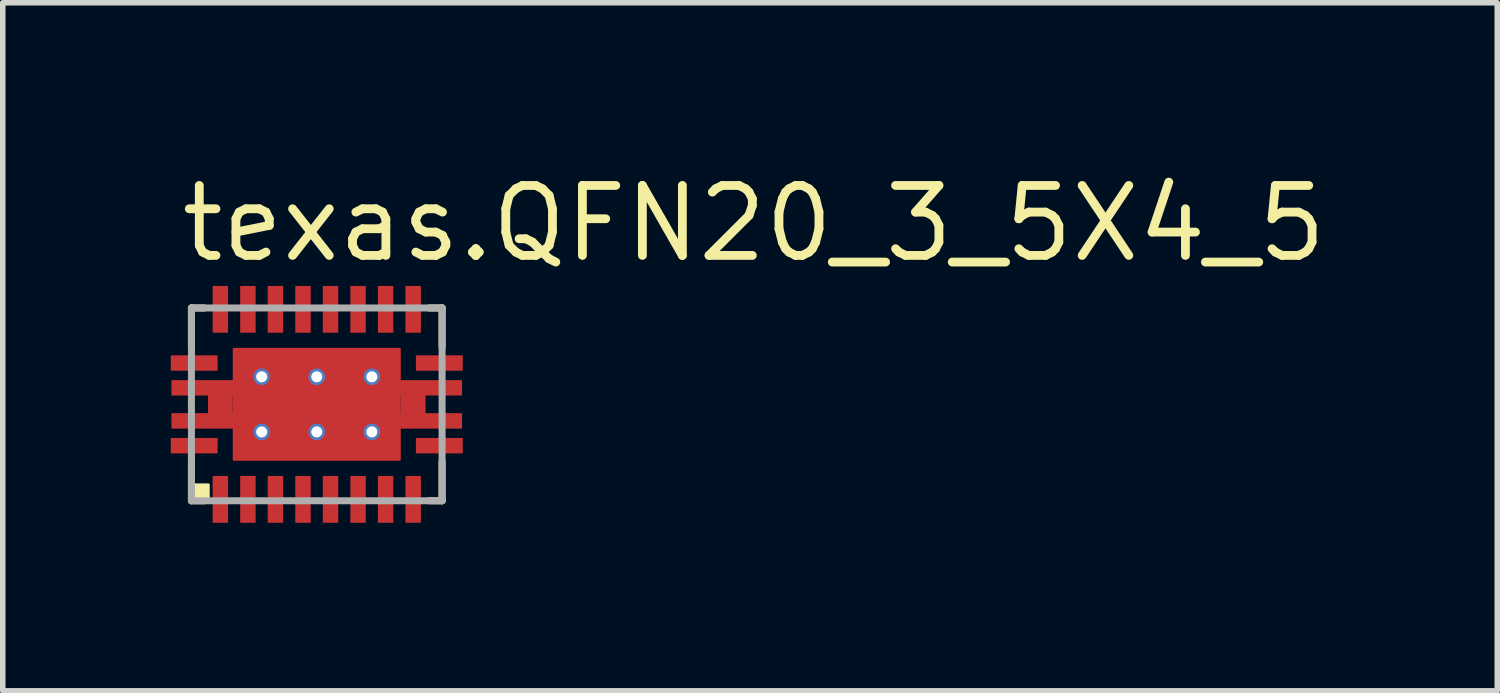
<source format=kicad_pcb>
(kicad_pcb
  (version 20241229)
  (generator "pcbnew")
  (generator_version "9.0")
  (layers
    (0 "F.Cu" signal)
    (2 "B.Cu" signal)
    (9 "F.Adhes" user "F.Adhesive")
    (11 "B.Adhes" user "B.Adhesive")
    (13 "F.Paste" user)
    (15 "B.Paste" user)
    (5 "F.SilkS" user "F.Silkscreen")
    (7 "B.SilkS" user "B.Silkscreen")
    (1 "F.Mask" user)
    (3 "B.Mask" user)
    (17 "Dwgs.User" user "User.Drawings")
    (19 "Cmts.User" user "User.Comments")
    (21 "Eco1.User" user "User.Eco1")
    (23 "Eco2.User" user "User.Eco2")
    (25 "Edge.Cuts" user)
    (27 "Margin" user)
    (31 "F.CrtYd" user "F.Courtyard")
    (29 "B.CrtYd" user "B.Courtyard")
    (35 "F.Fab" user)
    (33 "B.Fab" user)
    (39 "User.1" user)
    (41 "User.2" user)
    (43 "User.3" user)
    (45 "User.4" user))
  (footprint "texas.QFN20_3_5X4_5"
    (layer "F.Cu")
    (at 2.7 4.29)
    (property "Reference" "texas.QFN20_3_5X4_5" (at -2.54 -2.54 0) (layer "F.SilkS") (effects (font (size 1.27 1.27) (thickness 0.16)) (justify left bottom)))
    (attr smd)
    (fp_rect (start -2.675 -0.588) (end -1.95 -0.912) (stroke (width 0.05) (type default)) (fill yes) (layer "F.Mask"))
    (fp_rect (start -2.675 0.912) (end -1.95 0.588) (stroke (width 0.05) (type default)) (fill yes) (layer "F.Mask"))
    (fp_rect (start -2.663 -0.138) (end -1.688 -0.463) (stroke (width 0.05) (type default)) (fill yes) (layer "F.Mask"))
    (fp_rect (start -2.663 0.463) (end -1.688 0.138) (stroke (width 0.05) (type default)) (fill yes) (layer "F.Mask"))
    (fp_rect (start -1.913 -1.45) (end -1.587 -2.175) (stroke (width 0.05) (type default)) (fill yes) (layer "F.Mask"))
    (fp_rect (start -1.913 2.175) (end -1.587 1.45) (stroke (width 0.05) (type default)) (fill yes) (layer "F.Mask"))
    (fp_rect (start -1.55 1.05) (end 1.55 -1.05) (stroke (width 0.05) (type default)) (fill yes) (layer "F.Mask"))
    (fp_rect (start -1.413 -1.45) (end -1.087 -2.175) (stroke (width 0.05) (type default)) (fill yes) (layer "F.Mask"))
    (fp_rect (start -1.413 2.175) (end -1.087 1.45) (stroke (width 0.05) (type default)) (fill yes) (layer "F.Mask"))
    (fp_rect (start -0.912 -1.45) (end -0.588 -2.175) (stroke (width 0.05) (type default)) (fill yes) (layer "F.Mask"))
    (fp_rect (start -0.912 2.175) (end -0.588 1.45) (stroke (width 0.05) (type default)) (fill yes) (layer "F.Mask"))
    (fp_rect (start -0.412 -1.45) (end -0.087 -2.175) (stroke (width 0.05) (type default)) (fill yes) (layer "F.Mask"))
    (fp_rect (start -0.412 2.175) (end -0.087 1.45) (stroke (width 0.05) (type default)) (fill yes) (layer "F.Mask"))
    (fp_rect (start 0.087 -1.45) (end 0.412 -2.175) (stroke (width 0.05) (type default)) (fill yes) (layer "F.Mask"))
    (fp_rect (start 0.087 2.175) (end 0.412 1.45) (stroke (width 0.05) (type default)) (fill yes) (layer "F.Mask"))
    (fp_rect (start 0.588 -1.45) (end 0.912 -2.175) (stroke (width 0.05) (type default)) (fill yes) (layer "F.Mask"))
    (fp_rect (start 0.588 2.175) (end 0.912 1.45) (stroke (width 0.05) (type default)) (fill yes) (layer "F.Mask"))
    (fp_rect (start 1.087 -1.45) (end 1.413 -2.175) (stroke (width 0.05) (type default)) (fill yes) (layer "F.Mask"))
    (fp_rect (start 1.087 2.175) (end 1.413 1.45) (stroke (width 0.05) (type default)) (fill yes) (layer "F.Mask"))
    (fp_rect (start 1.587 -1.45) (end 1.913 -2.175) (stroke (width 0.05) (type default)) (fill yes) (layer "F.Mask"))
    (fp_rect (start 1.587 2.175) (end 1.913 1.45) (stroke (width 0.05) (type default)) (fill yes) (layer "F.Mask"))
    (fp_rect (start 1.688 -0.138) (end 2.663 -0.463) (stroke (width 0.05) (type default)) (fill yes) (layer "F.Mask"))
    (fp_rect (start 1.688 0.463) (end 2.663 0.138) (stroke (width 0.05) (type default)) (fill yes) (layer "F.Mask"))
    (fp_rect (start 1.95 -0.588) (end 2.675 -0.912) (stroke (width 0.05) (type default)) (fill yes) (layer "F.Mask"))
    (fp_rect (start 1.95 0.912) (end 2.675 0.588) (stroke (width 0.05) (type default)) (fill yes) (layer "F.Mask"))
    (fp_circle (center -1.95 -0.75) (end -1.788 -0.75) (stroke (width 0.1) (type default)) (fill no) (layer "F.Mask"))
    (fp_circle (center -1.95 0.75) (end -1.788 0.75) (stroke (width 0.1) (type default)) (fill no) (layer "F.Mask"))
    (fp_circle (center -1.75 -1.45) (end -1.587 -1.45) (stroke (width 0.1) (type default)) (fill no) (layer "F.Mask"))
    (fp_circle (center -1.75 1.45) (end -1.587 1.45) (stroke (width 0.1) (type default)) (fill no) (layer "F.Mask"))
    (fp_circle (center -1.25 -1.45) (end -1.087 -1.45) (stroke (width 0.1) (type default)) (fill no) (layer "F.Mask"))
    (fp_circle (center -1.25 1.45) (end -1.087 1.45) (stroke (width 0.1) (type default)) (fill no) (layer "F.Mask"))
    (fp_circle (center -0.75 -1.45) (end -0.588 -1.45) (stroke (width 0.1) (type default)) (fill no) (layer "F.Mask"))
    (fp_circle (center -0.75 1.45) (end -0.588 1.45) (stroke (width 0.1) (type default)) (fill no) (layer "F.Mask"))
    (fp_circle (center -0.25 -1.45) (end -0.087 -1.45) (stroke (width 0.1) (type default)) (fill no) (layer "F.Mask"))
    (fp_circle (center -0.25 1.45) (end -0.087 1.45) (stroke (width 0.1) (type default)) (fill no) (layer "F.Mask"))
    (fp_circle (center 0.25 -1.45) (end 0.412 -1.45) (stroke (width 0.1) (type default)) (fill no) (layer "F.Mask"))
    (fp_circle (center 0.25 1.45) (end 0.412 1.45) (stroke (width 0.1) (type default)) (fill no) (layer "F.Mask"))
    (fp_circle (center 0.75 -1.45) (end 0.912 -1.45) (stroke (width 0.1) (type default)) (fill no) (layer "F.Mask"))
    (fp_circle (center 0.75 1.45) (end 0.912 1.45) (stroke (width 0.1) (type default)) (fill no) (layer "F.Mask"))
    (fp_circle (center 1.25 -1.45) (end 1.413 -1.45) (stroke (width 0.1) (type default)) (fill no) (layer "F.Mask"))
    (fp_circle (center 1.25 1.45) (end 1.413 1.45) (stroke (width 0.1) (type default)) (fill no) (layer "F.Mask"))
    (fp_circle (center 1.75 -1.45) (end 1.913 -1.45) (stroke (width 0.1) (type default)) (fill no) (layer "F.Mask"))
    (fp_circle (center 1.75 1.45) (end 1.913 1.45) (stroke (width 0.1) (type default)) (fill no) (layer "F.Mask"))
    (fp_circle (center 1.95 -0.75) (end 2.112 -0.75) (stroke (width 0.1) (type default)) (fill no) (layer "F.Mask"))
    (fp_circle (center 1.95 0.75) (end 2.112 0.75) (stroke (width 0.1) (type default)) (fill no) (layer "F.Mask"))
    (fp_line (start -2.275 -1.75) (end -2.043 -1.75) (stroke (width 0.127) (type default)) (layer "F.SilkS"))
    (fp_line (start -2.275 -1.044) (end -2.275 -1.75) (stroke (width 0.127) (type default)) (layer "F.SilkS"))
    (fp_line (start -2.275 1.75) (end -2.275 1.044) (stroke (width 0.127) (type default)) (layer "F.SilkS"))
    (fp_line (start -2.043 1.75) (end -2.275 1.75) (stroke (width 0.127) (type default)) (layer "F.SilkS"))
    (fp_line (start 2.043 -1.75) (end 2.275 -1.75) (stroke (width 0.127) (type default)) (layer "F.SilkS"))
    (fp_line (start 2.275 -1.75) (end 2.275 -1.044) (stroke (width 0.127) (type default)) (layer "F.SilkS"))
    (fp_line (start 2.275 1.044) (end 2.275 1.75) (stroke (width 0.127) (type default)) (layer "F.SilkS"))
    (fp_line (start 2.275 1.75) (end 2.043 1.75) (stroke (width 0.127) (type default)) (layer "F.SilkS"))
    (fp_rect (start -2.223 1.714) (end -1.968 1.46) (stroke (width 0.05) (type default)) (fill yes) (layer "F.SilkS"))
    (fp_rect (start -2.625 -0.637) (end -1.95 -0.863) (stroke (width 0.05) (type default)) (fill yes) (layer "F.Paste"))
    (fp_rect (start -2.625 -0.182) (end -1.725 -0.412) (stroke (width 0.05) (type default)) (fill yes) (layer "F.Paste"))
    (fp_rect (start -2.625 0.412) (end -1.725 0.182) (stroke (width 0.05) (type default)) (fill yes) (layer "F.Paste"))
    (fp_rect (start -2.625 0.863) (end -1.95 0.637) (stroke (width 0.05) (type default)) (fill yes) (layer "F.Paste"))
    (fp_rect (start -1.863 -1.45) (end -1.637 -2.125) (stroke (width 0.05) (type default)) (fill yes) (layer "F.Paste"))
    (fp_rect (start -1.863 2.125) (end -1.637 1.45) (stroke (width 0.05) (type default)) (fill yes) (layer "F.Paste"))
    (fp_rect (start -1.47 -0.15) (end -0.15 -0.975) (stroke (width 0.05) (type default)) (fill yes) (layer "F.Paste"))
    (fp_rect (start -1.47 0.975) (end -0.15 0.15) (stroke (width 0.05) (type default)) (fill yes) (layer "F.Paste"))
    (fp_rect (start -1.363 -1.45) (end -1.137 -2.125) (stroke (width 0.05) (type default)) (fill yes) (layer "F.Paste"))
    (fp_rect (start -1.363 2.125) (end -1.137 1.45) (stroke (width 0.05) (type default)) (fill yes) (layer "F.Paste"))
    (fp_rect (start -0.863 -1.45) (end -0.637 -2.125) (stroke (width 0.05) (type default)) (fill yes) (layer "F.Paste"))
    (fp_rect (start -0.863 2.125) (end -0.637 1.45) (stroke (width 0.05) (type default)) (fill yes) (layer "F.Paste"))
    (fp_rect (start -0.362 -1.45) (end -0.138 -2.125) (stroke (width 0.05) (type default)) (fill yes) (layer "F.Paste"))
    (fp_rect (start -0.362 2.125) (end -0.138 1.45) (stroke (width 0.05) (type default)) (fill yes) (layer "F.Paste"))
    (fp_rect (start 0.138 -1.45) (end 0.362 -2.125) (stroke (width 0.05) (type default)) (fill yes) (layer "F.Paste"))
    (fp_rect (start 0.138 2.125) (end 0.362 1.45) (stroke (width 0.05) (type default)) (fill yes) (layer "F.Paste"))
    (fp_rect (start 0.15 -0.15) (end 1.47 -0.975) (stroke (width 0.05) (type default)) (fill yes) (layer "F.Paste"))
    (fp_rect (start 0.15 0.975) (end 1.47 0.15) (stroke (width 0.05) (type default)) (fill yes) (layer "F.Paste"))
    (fp_rect (start 0.637 -1.45) (end 0.863 -2.125) (stroke (width 0.05) (type default)) (fill yes) (layer "F.Paste"))
    (fp_rect (start 0.637 2.125) (end 0.863 1.45) (stroke (width 0.05) (type default)) (fill yes) (layer "F.Paste"))
    (fp_rect (start 1.137 -1.45) (end 1.363 -2.125) (stroke (width 0.05) (type default)) (fill yes) (layer "F.Paste"))
    (fp_rect (start 1.137 2.125) (end 1.363 1.45) (stroke (width 0.05) (type default)) (fill yes) (layer "F.Paste"))
    (fp_rect (start 1.637 -1.45) (end 1.863 -2.125) (stroke (width 0.05) (type default)) (fill yes) (layer "F.Paste"))
    (fp_rect (start 1.637 2.125) (end 1.863 1.45) (stroke (width 0.05) (type default)) (fill yes) (layer "F.Paste"))
    (fp_rect (start 1.725 -0.182) (end 2.625 -0.412) (stroke (width 0.05) (type default)) (fill yes) (layer "F.Paste"))
    (fp_rect (start 1.725 0.412) (end 2.625 0.182) (stroke (width 0.05) (type default)) (fill yes) (layer "F.Paste"))
    (fp_rect (start 1.95 -0.637) (end 2.625 -0.863) (stroke (width 0.05) (type default)) (fill yes) (layer "F.Paste"))
    (fp_rect (start 1.95 0.863) (end 2.625 0.637) (stroke (width 0.05) (type default)) (fill yes) (layer "F.Paste"))
    (fp_circle (center -1.95 -0.75) (end -1.835 -0.75) (stroke (width 0.1) (type default)) (fill no) (layer "F.Paste"))
    (fp_circle (center -1.95 0.75) (end -1.835 0.75) (stroke (width 0.1) (type default)) (fill no) (layer "F.Paste"))
    (fp_circle (center -1.75 -1.45) (end -1.635 -1.45) (stroke (width 0.1) (type default)) (fill no) (layer "F.Paste"))
    (fp_circle (center -1.75 1.45) (end -1.635 1.45) (stroke (width 0.1) (type default)) (fill no) (layer "F.Paste"))
    (fp_circle (center -1.25 -1.45) (end -1.135 -1.45) (stroke (width 0.1) (type default)) (fill no) (layer "F.Paste"))
    (fp_circle (center -1.25 1.45) (end -1.135 1.45) (stroke (width 0.1) (type default)) (fill no) (layer "F.Paste"))
    (fp_circle (center -0.75 -1.45) (end -0.635 -1.45) (stroke (width 0.1) (type default)) (fill no) (layer "F.Paste"))
    (fp_circle (center -0.75 1.45) (end -0.635 1.45) (stroke (width 0.1) (type default)) (fill no) (layer "F.Paste"))
    (fp_circle (center -0.25 -1.45) (end -0.135 -1.45) (stroke (width 0.1) (type default)) (fill no) (layer "F.Paste"))
    (fp_circle (center -0.25 1.45) (end -0.135 1.45) (stroke (width 0.1) (type default)) (fill no) (layer "F.Paste"))
    (fp_circle (center 0.25 -1.45) (end 0.365 -1.45) (stroke (width 0.1) (type default)) (fill no) (layer "F.Paste"))
    (fp_circle (center 0.25 1.45) (end 0.365 1.45) (stroke (width 0.1) (type default)) (fill no) (layer "F.Paste"))
    (fp_circle (center 0.75 -1.45) (end 0.865 -1.45) (stroke (width 0.1) (type default)) (fill no) (layer "F.Paste"))
    (fp_circle (center 0.75 1.45) (end 0.865 1.45) (stroke (width 0.1) (type default)) (fill no) (layer "F.Paste"))
    (fp_circle (center 1.25 -1.45) (end 1.365 -1.45) (stroke (width 0.1) (type default)) (fill no) (layer "F.Paste"))
    (fp_circle (center 1.25 1.45) (end 1.365 1.45) (stroke (width 0.1) (type default)) (fill no) (layer "F.Paste"))
    (fp_circle (center 1.75 -1.45) (end 1.865 -1.45) (stroke (width 0.1) (type default)) (fill no) (layer "F.Paste"))
    (fp_circle (center 1.75 1.45) (end 1.865 1.45) (stroke (width 0.1) (type default)) (fill no) (layer "F.Paste"))
    (fp_circle (center 1.95 -0.75) (end 2.065 -0.75) (stroke (width 0.1) (type default)) (fill no) (layer "F.Paste"))
    (fp_circle (center 1.95 0.75) (end 2.065 0.75) (stroke (width 0.1) (type default)) (fill no) (layer "F.Paste"))
    (fp_line (start -2.275 -1.75) (end 2.275 -1.75) (stroke (width 0.127) (type default)) (layer "F.Fab"))
    (fp_line (start -2.275 1.75) (end -2.275 -1.75) (stroke (width 0.127) (type default)) (layer "F.Fab"))
    (fp_line (start 2.275 -1.75) (end 2.275 1.75) (stroke (width 0.127) (type default)) (layer "F.Fab"))
    (fp_line (start 2.275 1.75) (end -2.275 1.75) (stroke (width 0.127) (type default)) (layer "F.Fab"))
    (pad "1" smd roundrect (at -2.225 0.75) (size 0.85 0.28) (layers "F.Cu" "F.Mask" "F.Paste") (roundrect_rratio 0.01))
    (pad "2" smd roundrect (at -1.75 1.725 270) (size 0.85 0.28) (layers "F.Cu" "F.Mask" "F.Paste") (roundrect_rratio 0.01))
    (pad "3" smd roundrect (at -1.25 1.725 270) (size 0.85 0.28) (layers "F.Cu" "F.Mask" "F.Paste") (roundrect_rratio 0.01))
    (pad "4" smd roundrect (at -0.75 1.725 270) (size 0.85 0.28) (layers "F.Cu" "F.Mask" "F.Paste") (roundrect_rratio 0.01))
    (pad "5" smd roundrect (at -0.25 1.725 270) (size 0.85 0.28) (layers "F.Cu" "F.Mask" "F.Paste") (roundrect_rratio 0.01))
    (pad "6" smd roundrect (at 0.25 1.725 270) (size 0.85 0.28) (layers "F.Cu" "F.Mask" "F.Paste") (roundrect_rratio 0.01))
    (pad "7" smd roundrect (at 0.75 1.725 270) (size 0.85 0.28) (layers "F.Cu" "F.Mask" "F.Paste") (roundrect_rratio 0.01))
    (pad "8" smd roundrect (at 1.25 1.725 270) (size 0.85 0.28) (layers "F.Cu" "F.Mask" "F.Paste") (roundrect_rratio 0.01))
    (pad "9" smd roundrect (at 1.75 1.725 270) (size 0.85 0.28) (layers "F.Cu" "F.Mask" "F.Paste") (roundrect_rratio 0.01))
    (pad "10" smd roundrect (at 2.225 0.75) (size 0.85 0.28) (layers "F.Cu" "F.Mask" "F.Paste") (roundrect_rratio 0.01))
    (pad "11" smd roundrect (at 2.225 -0.75) (size 0.85 0.28) (layers "F.Cu" "F.Mask" "F.Paste") (roundrect_rratio 0.01))
    (pad "12" smd roundrect (at 1.75 -1.725 270) (size 0.85 0.28) (layers "F.Cu" "F.Mask" "F.Paste") (roundrect_rratio 0.01))
    (pad "13" smd roundrect (at 1.25 -1.725 270) (size 0.85 0.28) (layers "F.Cu" "F.Mask" "F.Paste") (roundrect_rratio 0.01))
    (pad "14" smd roundrect (at 0.75 -1.725 270) (size 0.85 0.28) (layers "F.Cu" "F.Mask" "F.Paste") (roundrect_rratio 0.01))
    (pad "15" smd roundrect (at 0.25 -1.725 270) (size 0.85 0.28) (layers "F.Cu" "F.Mask" "F.Paste") (roundrect_rratio 0.01))
    (pad "16" smd roundrect (at -0.25 -1.725 270) (size 0.85 0.28) (layers "F.Cu" "F.Mask" "F.Paste") (roundrect_rratio 0.01))
    (pad "17" smd roundrect (at -0.75 -1.725 270) (size 0.85 0.28) (layers "F.Cu" "F.Mask" "F.Paste") (roundrect_rratio 0.01))
    (pad "18" smd roundrect (at -1.25 -1.725 270) (size 0.85 0.28) (layers "F.Cu" "F.Mask" "F.Paste") (roundrect_rratio 0.01))
    (pad "19" smd roundrect (at -1.75 -1.725 270) (size 0.85 0.28) (layers "F.Cu" "F.Mask" "F.Paste") (roundrect_rratio 0.01))
    (pad "20" smd roundrect (at -2.225 -0.75) (size 0.85 0.28) (layers "F.Cu" "F.Mask" "F.Paste") (roundrect_rratio 0.01))
    (pad "EXP" smd roundrect (at 0 0 180) (size 3.05 2.05) (layers "F.Cu" "F.Mask" "F.Paste") (roundrect_rratio 0.01))
    (pad "EXP@1" thru_hole circle (at -1 -0.5) (size 0.3 0.3) (drill 0.2) (layers "*.Cu" "*.Mask"))
    (pad "EXP@2" thru_hole circle (at 0 -0.5) (size 0.3 0.3) (drill 0.2) (layers "*.Cu" "*.Mask"))
    (pad "EXP@3" thru_hole circle (at 1 -0.5) (size 0.3 0.3) (drill 0.2) (layers "*.Cu" "*.Mask"))
    (pad "EXP@4" thru_hole circle (at -1 0.5) (size 0.3 0.3) (drill 0.2) (layers "*.Cu" "*.Mask"))
    (pad "EXP@5" thru_hole circle (at 0 0.5) (size 0.3 0.3) (drill 0.2) (layers "*.Cu" "*.Mask"))
    (pad "EXP@6" thru_hole circle (at 1 0.5) (size 0.3 0.3) (drill 0.2) (layers "*.Cu" "*.Mask"))
    (pad "EXP@7" smd roundrect (at -2.075 -0.3) (size 1.125 0.28) (layers "F.Cu" "F.Mask" "F.Paste") (roundrect_rratio 0.01))
    (pad "EXP@8" smd roundrect (at -2.075 0.3) (size 1.125 0.28) (layers "F.Cu" "F.Mask" "F.Paste") (roundrect_rratio 0.01))
    (pad "EXP@9" smd roundrect (at 2.075 -0.3) (size 1.125 0.28) (layers "F.Cu" "F.Mask" "F.Paste") (roundrect_rratio 0.01))
    (pad "EXP@10" smd roundrect (at 2.075 0.3) (size 1.125 0.28) (layers "F.Cu" "F.Mask" "F.Paste") (roundrect_rratio 0.01))
    (pad "EXP@11" smd roundrect (at -1.75 0) (size 0.45 0.4) (layers "F.Cu" "F.Mask" "F.Paste") (roundrect_rratio 0.01))
    (pad "EXP@12" smd roundrect (at 1.75 0) (size 0.45 0.4) (layers "F.Cu" "F.Mask" "F.Paste") (roundrect_rratio 0.01)))
  (gr_rect
    (start -3 -3)
    (end 24.129 9.49)
    (stroke (width 0.1) (type default))
    (fill no)
    (layer "Edge.Cuts")))
</source>
